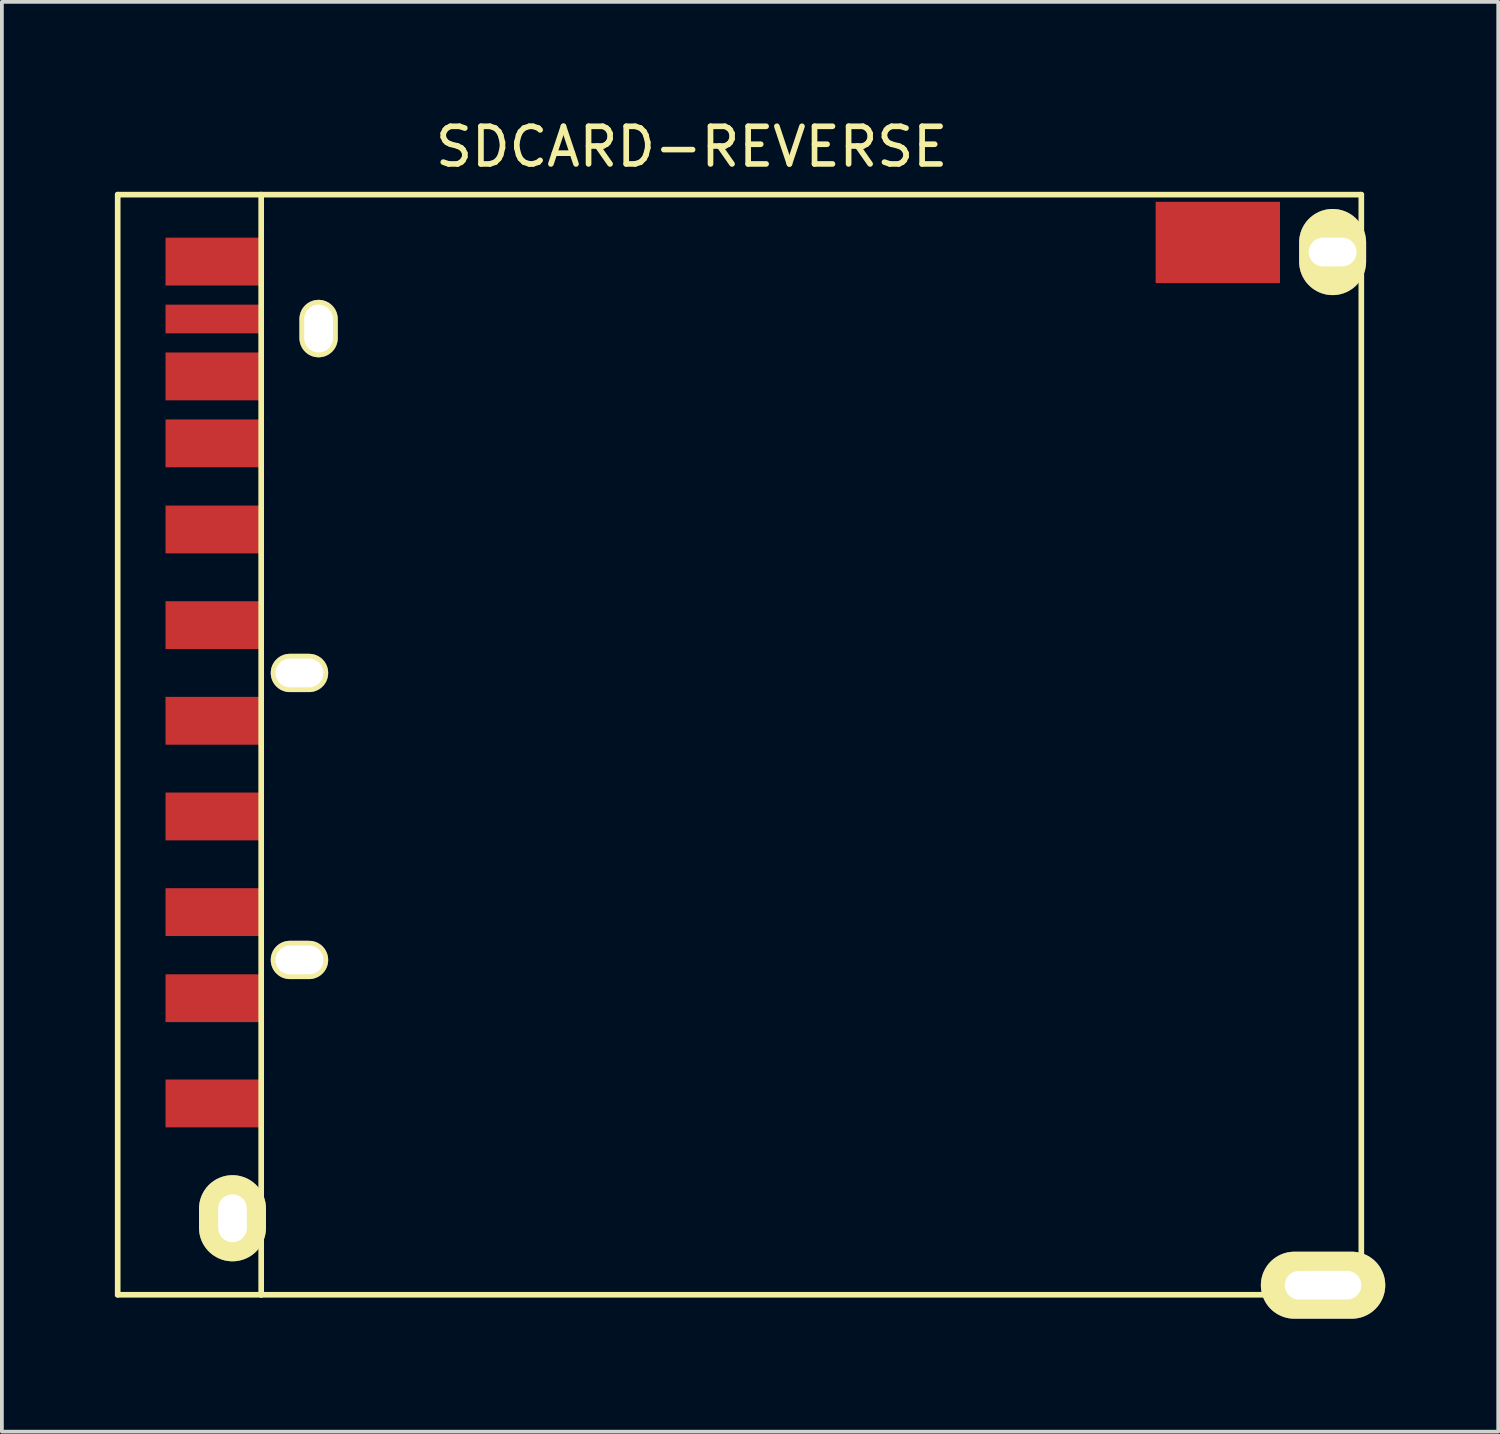
<source format=kicad_pcb>
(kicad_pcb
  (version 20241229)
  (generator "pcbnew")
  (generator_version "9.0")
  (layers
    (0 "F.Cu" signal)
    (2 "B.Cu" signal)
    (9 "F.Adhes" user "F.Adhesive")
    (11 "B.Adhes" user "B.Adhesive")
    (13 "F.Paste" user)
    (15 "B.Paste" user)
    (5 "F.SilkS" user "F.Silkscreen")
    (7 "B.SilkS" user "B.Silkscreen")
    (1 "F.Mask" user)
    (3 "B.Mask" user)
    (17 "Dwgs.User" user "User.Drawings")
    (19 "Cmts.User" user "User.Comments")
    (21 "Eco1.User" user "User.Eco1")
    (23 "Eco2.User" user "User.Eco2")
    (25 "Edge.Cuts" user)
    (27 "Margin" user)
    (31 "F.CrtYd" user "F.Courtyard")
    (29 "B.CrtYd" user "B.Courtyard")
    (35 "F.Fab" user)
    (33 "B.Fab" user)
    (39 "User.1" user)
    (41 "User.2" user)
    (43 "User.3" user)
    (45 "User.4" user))
  (footprint "SDCARD-REVERSE"
    (layer "F.Cu")
    (at 2.615 21.168)
    (property "Reference" "SDCARD-REVERSE" (at 12.7 -20.32 0) (layer "F.SilkS") (effects (font (size 1 1) (thickness 0.15))))
    (attr through_hole)
    (fp_line (start -2.54 -19.05) (end -2.54 10.16) (stroke (width 0.15) (type solid)) (layer "F.SilkS"))
    (fp_line (start -2.54 10.16) (end 1.27 10.16) (stroke (width 0.15) (type solid)) (layer "F.SilkS"))
    (fp_line (start 1.27 -19.05) (end -2.54 -19.05) (stroke (width 0.15) (type solid)) (layer "F.SilkS"))
    (fp_line (start 1.27 -19.05) (end 1.27 10.16) (stroke (width 0.15) (type solid)) (layer "F.SilkS"))
    (fp_line (start 30.48 -19.05) (end 1.27 -19.05) (stroke (width 0.15) (type solid)) (layer "F.SilkS"))
    (fp_line (start 30.48 -19.05) (end 30.48 10.16) (stroke (width 0.15) (type solid)) (layer "F.SilkS"))
    (fp_line (start 30.48 10.16) (end 1.27 10.16) (stroke (width 0.15) (type solid)) (layer "F.SilkS"))
    (pad "1" smd rect (at 0 2.286) (size 2.54 1.27) (layers "F.Cu" "F.Mask" "F.Paste"))
    (pad "2" smd rect (at 0 0) (size 2.54 1.27) (layers "F.Cu" "F.Mask" "F.Paste"))
    (pad "3" smd rect (at 0 -2.54) (size 2.54 1.27) (layers "F.Cu" "F.Mask" "F.Paste"))
    (pad "4" smd rect (at 0 -5.08) (size 2.54 1.27) (layers "F.Cu" "F.Mask" "F.Paste"))
    (pad "5" smd rect (at 0 -7.62) (size 2.54 1.27) (layers "F.Cu" "F.Mask" "F.Paste"))
    (pad "6" smd rect (at 0 -10.16) (size 2.54 1.27) (layers "F.Cu" "F.Mask" "F.Paste"))
    (pad "7" smd rect (at 0 -12.446) (size 2.54 1.27) (layers "F.Cu" "F.Mask" "F.Paste"))
    (pad "8" smd rect (at 0 -14.224) (size 2.54 1.27) (layers "F.Cu" "F.Mask" "F.Paste"))
    (pad "9" smd rect (at 0 5.08) (size 2.54 1.27) (layers "F.Cu" "F.Mask" "F.Paste"))
    (pad "10" smd rect (at 0 -15.748) (size 2.54 0.762) (layers "F.Cu" "F.Mask" "F.Paste"))
    (pad "11" smd rect (at 0 -17.272) (size 2.54 1.27) (layers "F.Cu" "F.Mask" "F.Paste"))
    (pad "12" smd rect (at 26.67 -17.78) (size 3.302 2.159) (layers "F.Cu" "F.Mask" "F.Paste"))
    (pad "13" thru_hole oval (at 2.794 -15.494) (size 1.016 1.524) (drill oval 0.762 1.27) (layers "*.Cu" "*.Mask" "F.SilkS"))
    (pad "14" thru_hole oval (at 2.286 -6.35) (size 1.524 1.016) (drill oval 1.27 0.762) (layers "*.Cu" "*.Mask" "F.SilkS"))
    (pad "15" thru_hole oval (at 2.286 1.27) (size 1.524 1.016) (drill oval 1.27 0.762) (layers "*.Cu" "*.Mask" "F.SilkS"))
    (pad "16" thru_hole oval (at 0.508 8.128) (size 1.778 2.286) (drill oval 0.762 1.27) (layers "*.Cu" "*.Mask" "F.SilkS"))
    (pad "17" thru_hole oval (at 29.464 9.906) (size 3.302 1.778) (drill oval 2.032 0.762) (layers "*.Cu" "*.Mask" "F.SilkS"))
    (pad "18" thru_hole oval (at 29.718 -17.526) (size 1.778 2.286) (drill oval 1.27 0.762) (layers "*.Cu" "*.Mask" "F.SilkS")))
  (gr_rect
    (start -3 -3)
    (end 36.73 34.963)
    (stroke (width 0.1) (type default))
    (fill no)
    (layer "Edge.Cuts")))
</source>
